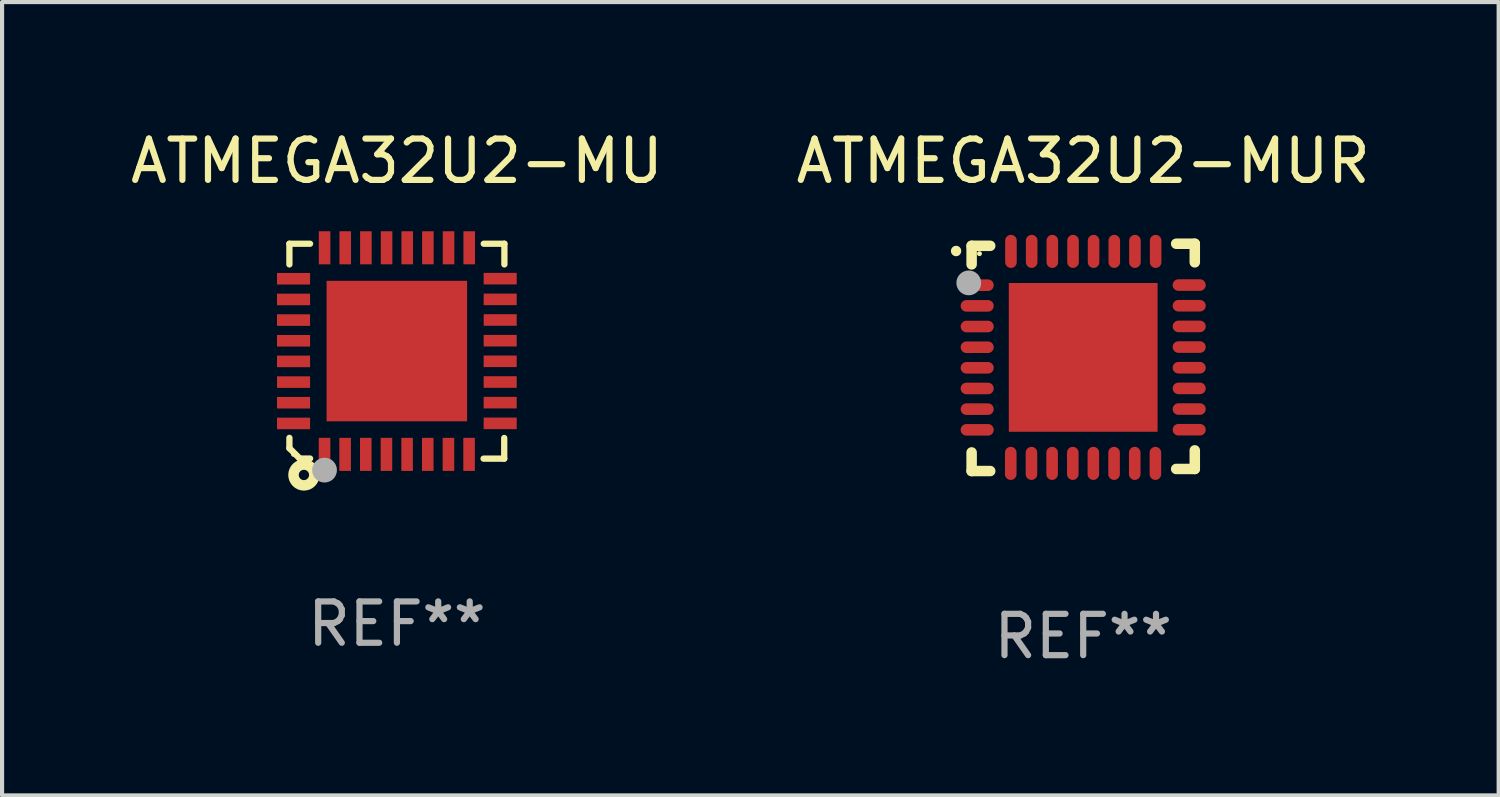
<source format=kicad_pcb>
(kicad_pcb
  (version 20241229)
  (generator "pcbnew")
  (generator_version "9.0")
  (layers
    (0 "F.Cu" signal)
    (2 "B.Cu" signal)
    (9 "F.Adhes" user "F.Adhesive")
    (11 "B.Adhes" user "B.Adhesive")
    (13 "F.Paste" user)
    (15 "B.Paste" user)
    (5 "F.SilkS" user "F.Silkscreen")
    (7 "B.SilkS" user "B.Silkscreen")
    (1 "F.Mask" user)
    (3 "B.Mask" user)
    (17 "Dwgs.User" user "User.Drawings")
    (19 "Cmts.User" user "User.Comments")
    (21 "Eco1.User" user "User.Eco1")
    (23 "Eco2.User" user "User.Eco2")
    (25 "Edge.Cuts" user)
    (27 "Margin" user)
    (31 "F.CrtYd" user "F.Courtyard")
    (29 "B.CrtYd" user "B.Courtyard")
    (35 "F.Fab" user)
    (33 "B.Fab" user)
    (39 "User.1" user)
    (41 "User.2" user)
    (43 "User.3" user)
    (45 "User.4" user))
  (footprint "ATMEGA32U2-MUR"
    (layer "F.Cu")
    (at 23.161 5.598)
    (property "Reference" "ATMEGA32U2-MUR" (at 0 -4.75 0) (layer "F.SilkS") (effects (font (size 1 1) (thickness 0.15))))
    (attr through_hole)
    (fp_line (start -2.7 -2.7) (end -2.25 -2.7) (stroke (width 0.254) (type solid)) (layer "F.SilkS"))
    (fp_line (start -2.7 -2.25) (end -2.7 -2.7) (stroke (width 0.254) (type solid)) (layer "F.SilkS"))
    (fp_line (start -2.7 2.3) (end -2.7 2.75) (stroke (width 0.254) (type solid)) (layer "F.SilkS"))
    (fp_line (start -2.7 2.75) (end -2.25 2.75) (stroke (width 0.254) (type solid)) (layer "F.SilkS"))
    (fp_line (start 2.25 2.7) (end 2.7 2.7) (stroke (width 0.254) (type solid)) (layer "F.SilkS"))
    (fp_line (start 2.7 -2.75) (end 2.25 -2.75) (stroke (width 0.254) (type solid)) (layer "F.SilkS"))
    (fp_line (start 2.7 -2.3) (end 2.7 -2.75) (stroke (width 0.254) (type solid)) (layer "F.SilkS"))
    (fp_line (start 2.7 2.7) (end 2.7 2.25) (stroke (width 0.254) (type solid)) (layer "F.SilkS"))
    (fp_arc (start -3.075946 -2.573025) (mid -3.075952 -2.574295) (end -3.075946 -2.575565) (stroke (width 0.25) (type solid)) (layer "F.SilkS"))
    (fp_circle (center -2.51 -2.51) (end -2.48 -2.51) (stroke (width 0.06) (type solid)) (fill no) (layer "F.SilkS"))
    (fp_circle (center -2.769 -1.803) (end -2.619 -1.803) (stroke (width 0.3) (type solid)) (fill no) (layer "F.Fab"))
    (fp_text user "REF**" (at 0 6.75 0) (layer "F.Fab") (effects (font (size 1 1) (thickness 0.15))))
    (pad "1" smd oval (at -2.565 -1.747 270) (size 0.28 0.8) (layers "F.Cu" "F.Mask" "F.Paste"))
    (pad "2" smd oval (at -2.565 -1.247 270) (size 0.28 0.8) (layers "F.Cu" "F.Mask" "F.Paste"))
    (pad "3" smd oval (at -2.565 -0.747 270) (size 0.28 0.8) (layers "F.Cu" "F.Mask" "F.Paste"))
    (pad "4" smd oval (at -2.565 -0.246 270) (size 0.28 0.8) (layers "F.Cu" "F.Mask" "F.Paste"))
    (pad "5" smd oval (at -2.565 0.252 270) (size 0.28 0.8) (layers "F.Cu" "F.Mask" "F.Paste"))
    (pad "6" smd oval (at -2.565 0.752 270) (size 0.28 0.8) (layers "F.Cu" "F.Mask" "F.Paste"))
    (pad "7" smd oval (at -2.565 1.252 270) (size 0.28 0.8) (layers "F.Cu" "F.Mask" "F.Paste"))
    (pad "8" smd oval (at -2.565 1.753 270) (size 0.28 0.8) (layers "F.Cu" "F.Mask" "F.Paste"))
    (pad "9" smd oval (at -1.753 2.565 270) (size 0.8 0.28) (layers "F.Cu" "F.Mask" "F.Paste"))
    (pad "10" smd oval (at -1.252 2.565 270) (size 0.8 0.28) (layers "F.Cu" "F.Mask" "F.Paste"))
    (pad "11" smd oval (at -0.752 2.565 270) (size 0.8 0.28) (layers "F.Cu" "F.Mask" "F.Paste"))
    (pad "12" smd oval (at -0.252 2.565 270) (size 0.8 0.28) (layers "F.Cu" "F.Mask" "F.Paste"))
    (pad "13" smd oval (at 0.246 2.565 270) (size 0.8 0.28) (layers "F.Cu" "F.Mask" "F.Paste"))
    (pad "14" smd oval (at 0.747 2.565 270) (size 0.8 0.28) (layers "F.Cu" "F.Mask" "F.Paste"))
    (pad "15" smd oval (at 1.247 2.565 270) (size 0.8 0.28) (layers "F.Cu" "F.Mask" "F.Paste"))
    (pad "16" smd oval (at 1.747 2.565 270) (size 0.8 0.28) (layers "F.Cu" "F.Mask" "F.Paste"))
    (pad "17" smd oval (at 2.565 1.75 270) (size 0.28 0.8) (layers "F.Cu" "F.Mask" "F.Paste"))
    (pad "18" smd oval (at 2.565 1.25 270) (size 0.28 0.8) (layers "F.Cu" "F.Mask" "F.Paste"))
    (pad "19" smd oval (at 2.565 0.75 270) (size 0.28 0.8) (layers "F.Cu" "F.Mask" "F.Paste"))
    (pad "20" smd oval (at 2.565 0.25 270) (size 0.28 0.8) (layers "F.Cu" "F.Mask" "F.Paste"))
    (pad "21" smd oval (at 2.565 -0.25 270) (size 0.28 0.8) (layers "F.Cu" "F.Mask" "F.Paste"))
    (pad "22" smd oval (at 2.565 -0.75 270) (size 0.28 0.8) (layers "F.Cu" "F.Mask" "F.Paste"))
    (pad "23" smd oval (at 2.565 -1.25 270) (size 0.28 0.8) (layers "F.Cu" "F.Mask" "F.Paste"))
    (pad "24" smd oval (at 2.565 -1.75 270) (size 0.28 0.8) (layers "F.Cu" "F.Mask" "F.Paste"))
    (pad "25" smd oval (at 1.753 -2.565 270) (size 0.8 0.28) (layers "F.Cu" "F.Mask" "F.Paste"))
    (pad "26" smd oval (at 1.252 -2.565 270) (size 0.8 0.28) (layers "F.Cu" "F.Mask" "F.Paste"))
    (pad "27" smd oval (at 0.752 -2.565 270) (size 0.8 0.28) (layers "F.Cu" "F.Mask" "F.Paste"))
    (pad "28" smd oval (at 0.251 -2.565 270) (size 0.8 0.28) (layers "F.Cu" "F.Mask" "F.Paste"))
    (pad "29" smd oval (at -0.246 -2.565 270) (size 0.8 0.28) (layers "F.Cu" "F.Mask" "F.Paste"))
    (pad "30" smd oval (at -0.747 -2.565 270) (size 0.8 0.28) (layers "F.Cu" "F.Mask" "F.Paste"))
    (pad "31" smd oval (at -1.247 -2.565 270) (size 0.8 0.28) (layers "F.Cu" "F.Mask" "F.Paste"))
    (pad "32" smd oval (at -1.748 -2.565 270) (size 0.8 0.28) (layers "F.Cu" "F.Mask" "F.Paste"))
    (pad "33" smd rect (at -0.000076 0.000076 270) (size 3.6 3.6) (layers "F.Cu" "F.Mask" "F.Paste")))
  (footprint "ATMEGA32U2-MU"
    (layer "F.Cu")
    (at 6.554 5.448)
    (property "Reference" "ATMEGA32U2-MU" (at 0 -4.6 0) (layer "F.SilkS") (effects (font (size 1 1) (thickness 0.15))))
    (attr through_hole)
    (fp_line (start -2.601 2.097) (end -2.601 2.347) (stroke (width 0.152) (type solid)) (layer "F.SilkS"))
    (fp_line (start -2.601 2.347) (end -2.351 2.597) (stroke (width 0.152) (type solid)) (layer "F.SilkS"))
    (fp_line (start -2.601 -2.6) (end -2.601 -2.1) (stroke (width 0.152) (type solid)) (layer "F.SilkS"))
    (fp_line (start -2.601 -2.6) (end -2.101 -2.6) (stroke (width 0.152) (type solid)) (layer "F.SilkS"))
    (fp_line (start -2.351 2.597) (end -2.101 2.597) (stroke (width 0.152) (type solid)) (layer "F.SilkS"))
    (fp_line (start 2.597 2.6) (end 2.097 2.6) (stroke (width 0.152) (type solid)) (layer "F.SilkS"))
    (fp_line (start 2.597 2.6) (end 2.597 2.1) (stroke (width 0.152) (type solid)) (layer "F.SilkS"))
    (fp_line (start 2.601 -2.6) (end 2.101 -2.6) (stroke (width 0.152) (type solid)) (layer "F.SilkS"))
    (fp_line (start 2.601 -2.6) (end 2.601 -2.1) (stroke (width 0.152) (type solid)) (layer "F.SilkS"))
    (fp_circle (center -2.501 2.497) (end -2.471 2.497) (stroke (width 0.06) (type solid)) (fill no) (layer "F.SilkS"))
    (fp_circle (center -2.25 2.995) (end -2.125 2.995) (stroke (width 0.254) (type solid)) (fill no) (layer "F.SilkS"))
    (fp_circle (center -1.751 2.878) (end -1.601 2.878) (stroke (width 0.3) (type solid)) (fill no) (layer "F.Fab"))
    (fp_text user "REF**" (at 0 6.6 0) (layer "F.Fab") (effects (font (size 1 1) (thickness 0.15))))
    (pad "1" smd rect (at -1.751 2.497) (size 0.28 0.8) (layers "F.Cu" "F.Mask" "F.Paste"))
    (pad "2" smd rect (at -1.253 2.497) (size 0.28 0.8) (layers "F.Cu" "F.Mask" "F.Paste"))
    (pad "3" smd rect (at -0.753 2.497) (size 0.28 0.8) (layers "F.Cu" "F.Mask" "F.Paste"))
    (pad "4" smd rect (at -0.253 2.497) (size 0.28 0.8) (layers "F.Cu" "F.Mask" "F.Paste"))
    (pad "5" smd rect (at 0.247 2.497) (size 0.28 0.8) (layers "F.Cu" "F.Mask" "F.Paste"))
    (pad "6" smd rect (at 0.747 2.497) (size 0.28 0.8) (layers "F.Cu" "F.Mask" "F.Paste"))
    (pad "7" smd rect (at 1.247 2.497) (size 0.28 0.8) (layers "F.Cu" "F.Mask" "F.Paste"))
    (pad "8" smd rect (at 1.747 2.497) (size 0.28 0.8) (layers "F.Cu" "F.Mask" "F.Paste"))
    (pad "9" smd rect (at 2.499 1.746) (size 0.8 0.28) (layers "F.Cu" "F.Mask" "F.Paste"))
    (pad "10" smd rect (at 2.499 1.245) (size 0.8 0.28) (layers "F.Cu" "F.Mask" "F.Paste"))
    (pad "11" smd rect (at 2.499 0.746) (size 0.8 0.28) (layers "F.Cu" "F.Mask" "F.Paste"))
    (pad "12" smd rect (at 2.499 0.245) (size 0.8 0.28) (layers "F.Cu" "F.Mask" "F.Paste"))
    (pad "13" smd rect (at 2.499 -0.254) (size 0.8 0.28) (layers "F.Cu" "F.Mask" "F.Paste"))
    (pad "14" smd rect (at 2.499 -0.755) (size 0.8 0.28) (layers "F.Cu" "F.Mask" "F.Paste"))
    (pad "15" smd rect (at 2.499 -1.254) (size 0.8 0.28) (layers "F.Cu" "F.Mask" "F.Paste"))
    (pad "16" smd rect (at 2.499 -1.755) (size 0.8 0.28) (layers "F.Cu" "F.Mask" "F.Paste"))
    (pad "17" smd rect (at 1.75 -2.502) (size 0.28 0.8) (layers "F.Cu" "F.Mask" "F.Paste"))
    (pad "18" smd rect (at 1.25 -2.502) (size 0.28 0.8) (layers "F.Cu" "F.Mask" "F.Paste"))
    (pad "19" smd rect (at 0.75 -2.502) (size 0.28 0.8) (layers "F.Cu" "F.Mask" "F.Paste"))
    (pad "20" smd rect (at 0.25 -2.502) (size 0.28 0.8) (layers "F.Cu" "F.Mask" "F.Paste"))
    (pad "21" smd rect (at -0.25 -2.502) (size 0.28 0.8) (layers "F.Cu" "F.Mask" "F.Paste"))
    (pad "22" smd rect (at -0.75 -2.502) (size 0.28 0.8) (layers "F.Cu" "F.Mask" "F.Paste"))
    (pad "23" smd rect (at -1.25 -2.502) (size 0.28 0.8) (layers "F.Cu" "F.Mask" "F.Paste"))
    (pad "24" smd rect (at -1.75 -2.502) (size 0.28 0.8) (layers "F.Cu" "F.Mask" "F.Paste"))
    (pad "25" smd rect (at -2.501 -1.753) (size 0.8 0.28) (layers "F.Cu" "F.Mask" "F.Paste"))
    (pad "26" smd rect (at -2.501 -1.252) (size 0.8 0.28) (layers "F.Cu" "F.Mask" "F.Paste"))
    (pad "27" smd rect (at -2.501 -0.753) (size 0.8 0.28) (layers "F.Cu" "F.Mask" "F.Paste"))
    (pad "28" smd rect (at -2.501 -0.252) (size 0.8 0.28) (layers "F.Cu" "F.Mask" "F.Paste"))
    (pad "29" smd rect (at -2.501 0.247) (size 0.8 0.28) (layers "F.Cu" "F.Mask" "F.Paste"))
    (pad "30" smd rect (at -2.501 0.748) (size 0.8 0.28) (layers "F.Cu" "F.Mask" "F.Paste"))
    (pad "31" smd rect (at -2.501 1.247) (size 0.8 0.28) (layers "F.Cu" "F.Mask" "F.Paste"))
    (pad "32" smd rect (at -2.501 1.748) (size 0.8 0.28) (layers "F.Cu" "F.Mask" "F.Paste"))
    (pad "33" smd rect (at -0.001 -0.003 180) (size 3.4 3.4) (layers "F.Cu" "F.Mask" "F.Paste")))
  (gr_rect
    (start -3 -3)
    (end 33.214 16.197)
    (stroke (width 0.1) (type default))
    (fill no)
    (layer "Edge.Cuts")))
</source>
